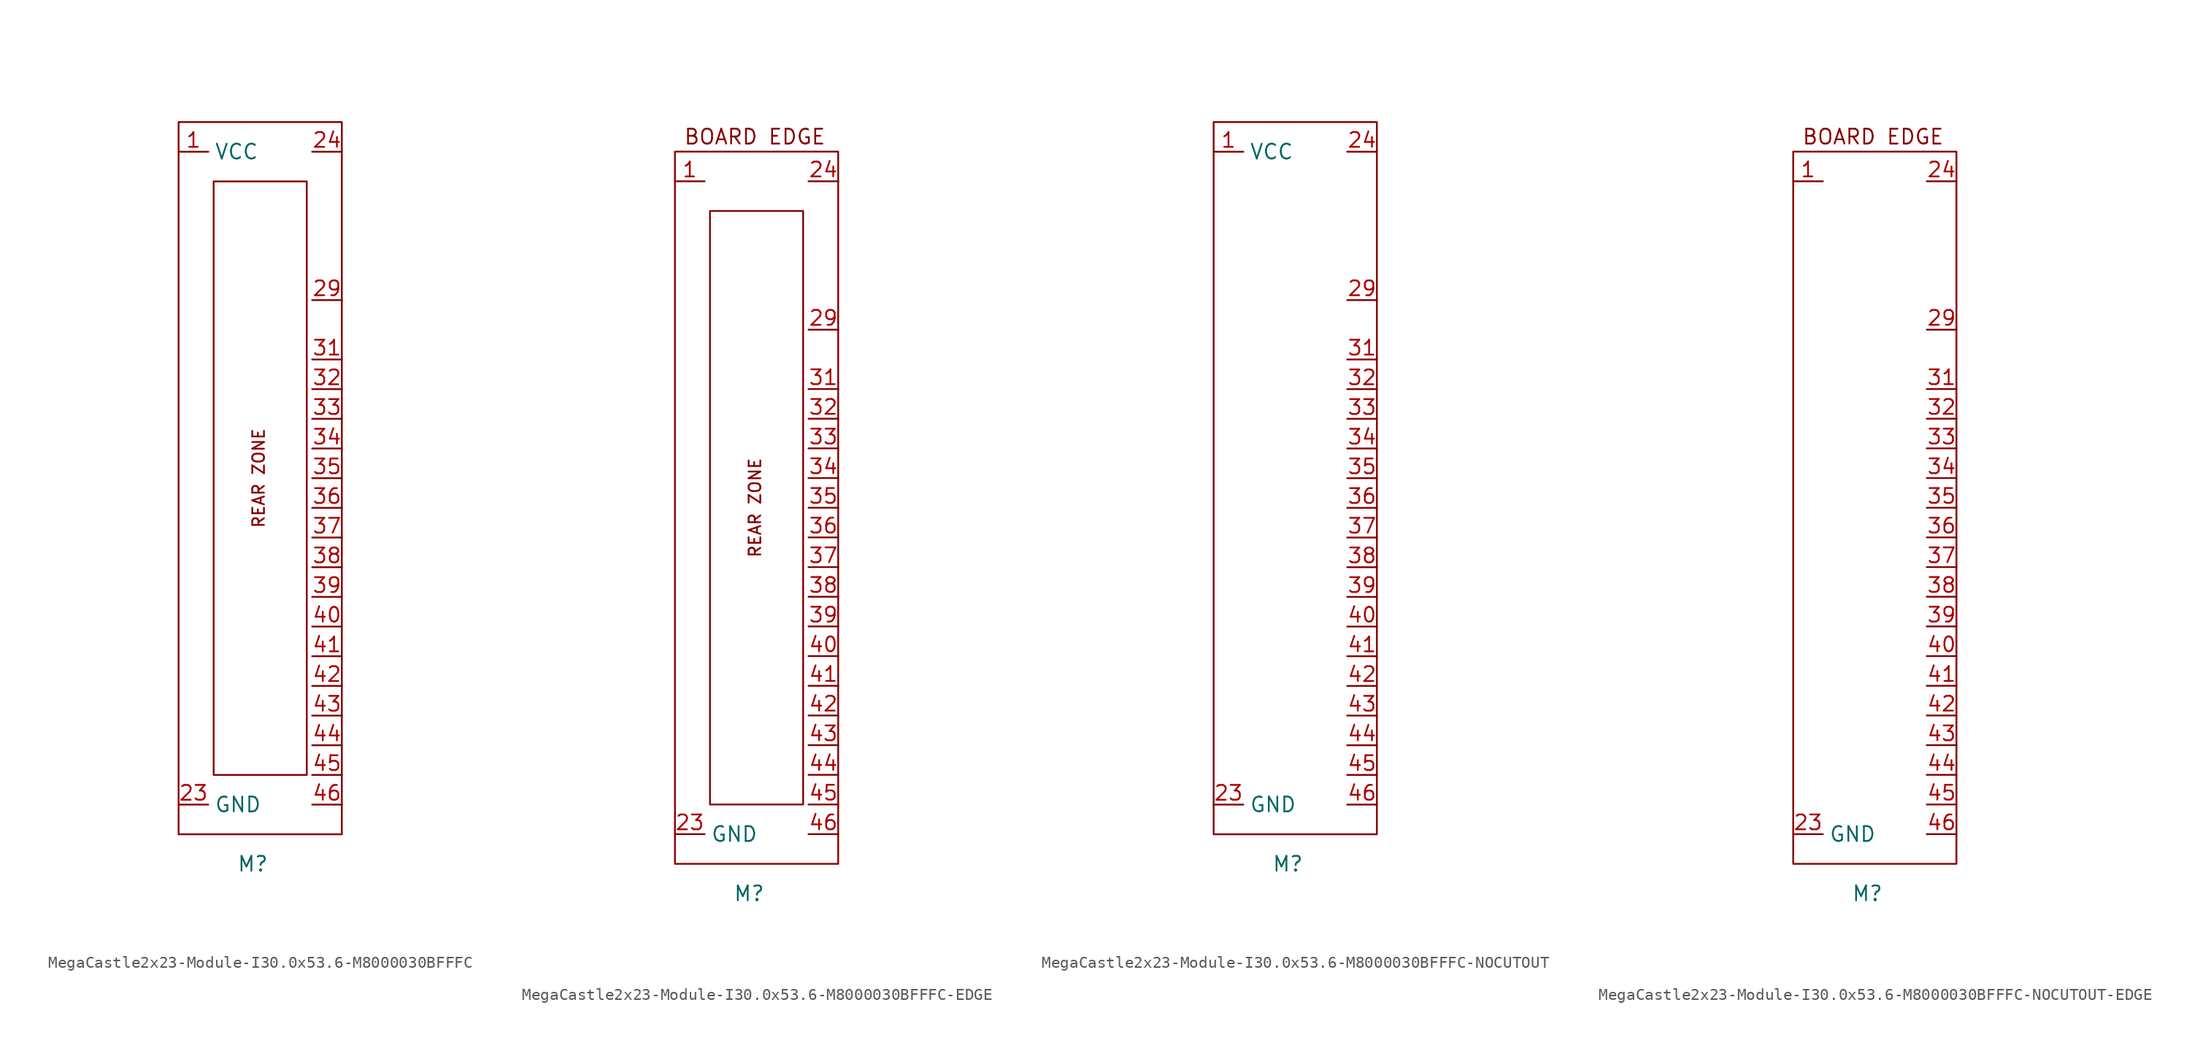
<source format=kicad_sym>
(kicad_symbol_lib
  (version 20231120)
  (generator "kicad_symbol_editor")
  (generator_version "8.0")
  (symbol "MegaCastle2x23-Module-I30.0x53.6-M8000030BFFFC"
    (property "Reference" "M"
      (at 0 -33.02 0)
      (effects (font (size 1.27 1.27))))
    (property "Value" ""
      (at 0 5.08 0)
      (effects (font (size 1.27 1.27))))
    (symbol "MegaCastle2x23-Module-I30.0x53.6-M8000030BFFFC_0_1"
      (rectangle (start -6.35 30.48) (end 7.62 -30.48) (stroke (width 0) (type default)) (fill (type none)))
      (rectangle (start -3.35 25.4) (end 4.62 -25.4) (stroke (width 0) (type default)) (fill (type none))))
    (symbol "MegaCastle2x23-Module-I30.0x53.6-M8000030BFFFC_1_1"
      (text "REAR ZONE" (at 0.5 0 900) (effects (font (size 1 1))))
      (pin bidirectional line (at -6.35 27.94 0) (length 2.54) (name "VCC" (effects (font (size 1.27 1.27)))) (number "1" (effects (font (size 1.27 1.27)))))
      (pin bidirectional line (at -6.35 -27.94 0) (length 2.54) (name "GND" (effects (font (size 1.27 1.27)))) (number "23" (effects (font (size 1.27 1.27)))))
      (pin bidirectional line (at 7.62 27.94 180) (length 2.54) (name "" (effects (font (size 1.27 1.27)))) (number "24" (effects (font (size 1.27 1.27)))))
      (pin bidirectional line (at 7.62 15.24 180) (length 2.54) (name "" (effects (font (size 1.27 1.27)))) (number "29" (effects (font (size 1.27 1.27)))))
      (pin bidirectional line (at 7.62 10.16 180) (length 2.54) (name "" (effects (font (size 1.27 1.27)))) (number "31" (effects (font (size 1.27 1.27)))))
      (pin bidirectional line (at 7.62 7.62 180) (length 2.54) (name "" (effects (font (size 1.27 1.27)))) (number "32" (effects (font (size 1.27 1.27)))))
      (pin bidirectional line (at 7.62 5.08 180) (length 2.54) (name "" (effects (font (size 1.27 1.27)))) (number "33" (effects (font (size 1.27 1.27)))))
      (pin bidirectional line (at 7.62 2.54 180) (length 2.54) (name "" (effects (font (size 1.27 1.27)))) (number "34" (effects (font (size 1.27 1.27)))))
      (pin bidirectional line (at 7.62 0 180) (length 2.54) (name "" (effects (font (size 1.27 1.27)))) (number "35" (effects (font (size 1.27 1.27)))))
      (pin bidirectional line (at 7.62 -2.54 180) (length 2.54) (name "" (effects (font (size 1.27 1.27)))) (number "36" (effects (font (size 1.27 1.27)))))
      (pin bidirectional line (at 7.62 -5.08 180) (length 2.54) (name "" (effects (font (size 1.27 1.27)))) (number "37" (effects (font (size 1.27 1.27)))))
      (pin bidirectional line (at 7.62 -7.62 180) (length 2.54) (name "" (effects (font (size 1.27 1.27)))) (number "38" (effects (font (size 1.27 1.27)))))
      (pin bidirectional line (at 7.62 -10.16 180) (length 2.54) (name "" (effects (font (size 1.27 1.27)))) (number "39" (effects (font (size 1.27 1.27)))))
      (pin bidirectional line (at 7.62 -12.7 180) (length 2.54) (name "" (effects (font (size 1.27 1.27)))) (number "40" (effects (font (size 1.27 1.27)))))
      (pin bidirectional line (at 7.62 -15.24 180) (length 2.54) (name "" (effects (font (size 1.27 1.27)))) (number "41" (effects (font (size 1.27 1.27)))))
      (pin bidirectional line (at 7.62 -17.78 180) (length 2.54) (name "" (effects (font (size 1.27 1.27)))) (number "42" (effects (font (size 1.27 1.27)))))
      (pin bidirectional line (at 7.62 -20.32 180) (length 2.54) (name "" (effects (font (size 1.27 1.27)))) (number "43" (effects (font (size 1.27 1.27)))))
      (pin bidirectional line (at 7.62 -22.86 180) (length 2.54) (name "" (effects (font (size 1.27 1.27)))) (number "44" (effects (font (size 1.27 1.27)))))
      (pin bidirectional line (at 7.62 -25.4 180) (length 2.54) (name "" (effects (font (size 1.27 1.27)))) (number "45" (effects (font (size 1.27 1.27)))))
      (pin bidirectional line (at 7.62 -27.94 180) (length 2.54) (name "" (effects (font (size 1.27 1.27)))) (number "46" (effects (font (size 1.27 1.27)))))))
  (symbol "MegaCastle2x23-Module-I30.0x53.6-M8000030BFFFC-EDGE"
    (property "Reference" "M"
      (at 0 -33.02 0)
      (effects (font (size 1.27 1.27))))
    (property "Value" ""
      (at 0 5.08 0)
      (effects (font (size 1.27 1.27))))
    (symbol "MegaCastle2x23-Module-I30.0x53.6-M8000030BFFFC-EDGE_0_1"
      (rectangle (start -6.35 30.48) (end 7.62 -30.48) (stroke (width 0) (type default)) (fill (type none)))
      (rectangle (start -3.35 25.4) (end 4.62 -25.4) (stroke (width 0) (type default)) (fill (type none))))
    (symbol "MegaCastle2x23-Module-I30.0x53.6-M8000030BFFFC-EDGE_1_1"
      (text " BOARD EDGE" (at 0 31.75 0) (effects (font (size 1.27 1.27))))
      (text "REAR ZONE" (at 0.5 0 900) (effects (font (size 1 1))))
      (pin bidirectional line (at -6.35 27.94 0) (length 2.54) (name "" (effects (font (size 1.27 1.27)))) (number "1" (effects (font (size 1.27 1.27)))))
      (pin bidirectional line (at -6.35 -27.94 0) (length 2.54) (name "GND" (effects (font (size 1.27 1.27)))) (number "23" (effects (font (size 1.27 1.27)))))
      (pin bidirectional line (at 7.62 27.94 180) (length 2.54) (name "" (effects (font (size 1.27 1.27)))) (number "24" (effects (font (size 1.27 1.27)))))
      (pin bidirectional line (at 7.62 15.24 180) (length 2.54) (name "" (effects (font (size 1.27 1.27)))) (number "29" (effects (font (size 1.27 1.27)))))
      (pin bidirectional line (at 7.62 10.16 180) (length 2.54) (name "" (effects (font (size 1.27 1.27)))) (number "31" (effects (font (size 1.27 1.27)))))
      (pin bidirectional line (at 7.62 7.62 180) (length 2.54) (name "" (effects (font (size 1.27 1.27)))) (number "32" (effects (font (size 1.27 1.27)))))
      (pin bidirectional line (at 7.62 5.08 180) (length 2.54) (name "" (effects (font (size 1.27 1.27)))) (number "33" (effects (font (size 1.27 1.27)))))
      (pin bidirectional line (at 7.62 2.54 180) (length 2.54) (name "" (effects (font (size 1.27 1.27)))) (number "34" (effects (font (size 1.27 1.27)))))
      (pin bidirectional line (at 7.62 0 180) (length 2.54) (name "" (effects (font (size 1.27 1.27)))) (number "35" (effects (font (size 1.27 1.27)))))
      (pin bidirectional line (at 7.62 -2.54 180) (length 2.54) (name "" (effects (font (size 1.27 1.27)))) (number "36" (effects (font (size 1.27 1.27)))))
      (pin bidirectional line (at 7.62 -5.08 180) (length 2.54) (name "" (effects (font (size 1.27 1.27)))) (number "37" (effects (font (size 1.27 1.27)))))
      (pin bidirectional line (at 7.62 -7.62 180) (length 2.54) (name "" (effects (font (size 1.27 1.27)))) (number "38" (effects (font (size 1.27 1.27)))))
      (pin bidirectional line (at 7.62 -10.16 180) (length 2.54) (name "" (effects (font (size 1.27 1.27)))) (number "39" (effects (font (size 1.27 1.27)))))
      (pin bidirectional line (at 7.62 -12.7 180) (length 2.54) (name "" (effects (font (size 1.27 1.27)))) (number "40" (effects (font (size 1.27 1.27)))))
      (pin bidirectional line (at 7.62 -15.24 180) (length 2.54) (name "" (effects (font (size 1.27 1.27)))) (number "41" (effects (font (size 1.27 1.27)))))
      (pin bidirectional line (at 7.62 -17.78 180) (length 2.54) (name "" (effects (font (size 1.27 1.27)))) (number "42" (effects (font (size 1.27 1.27)))))
      (pin bidirectional line (at 7.62 -20.32 180) (length 2.54) (name "" (effects (font (size 1.27 1.27)))) (number "43" (effects (font (size 1.27 1.27)))))
      (pin bidirectional line (at 7.62 -22.86 180) (length 2.54) (name "" (effects (font (size 1.27 1.27)))) (number "44" (effects (font (size 1.27 1.27)))))
      (pin bidirectional line (at 7.62 -25.4 180) (length 2.54) (name "" (effects (font (size 1.27 1.27)))) (number "45" (effects (font (size 1.27 1.27)))))
      (pin bidirectional line (at 7.62 -27.94 180) (length 2.54) (name "" (effects (font (size 1.27 1.27)))) (number "46" (effects (font (size 1.27 1.27)))))))
  (symbol "MegaCastle2x23-Module-I30.0x53.6-M8000030BFFFC-NOCUTOUT"
    (property "Reference" "M"
      (at 0 -33.02 0)
      (effects (font (size 1.27 1.27))))
    (property "Value" ""
      (at 0 5.08 0)
      (effects (font (size 1.27 1.27))))
    (symbol "MegaCastle2x23-Module-I30.0x53.6-M8000030BFFFC-NOCUTOUT_0_1"
      (rectangle (start -6.35 30.48) (end 7.62 -30.48) (stroke (width 0) (type default)) (fill (type none))))
    (symbol "MegaCastle2x23-Module-I30.0x53.6-M8000030BFFFC-NOCUTOUT_1_1"
      (pin bidirectional line (at -6.35 27.94 0) (length 2.54) (name "VCC" (effects (font (size 1.27 1.27)))) (number "1" (effects (font (size 1.27 1.27)))))
      (pin bidirectional line (at -6.35 -27.94 0) (length 2.54) (name "GND" (effects (font (size 1.27 1.27)))) (number "23" (effects (font (size 1.27 1.27)))))
      (pin bidirectional line (at 7.62 27.94 180) (length 2.54) (name "" (effects (font (size 1.27 1.27)))) (number "24" (effects (font (size 1.27 1.27)))))
      (pin bidirectional line (at 7.62 15.24 180) (length 2.54) (name "" (effects (font (size 1.27 1.27)))) (number "29" (effects (font (size 1.27 1.27)))))
      (pin bidirectional line (at 7.62 10.16 180) (length 2.54) (name "" (effects (font (size 1.27 1.27)))) (number "31" (effects (font (size 1.27 1.27)))))
      (pin bidirectional line (at 7.62 7.62 180) (length 2.54) (name "" (effects (font (size 1.27 1.27)))) (number "32" (effects (font (size 1.27 1.27)))))
      (pin bidirectional line (at 7.62 5.08 180) (length 2.54) (name "" (effects (font (size 1.27 1.27)))) (number "33" (effects (font (size 1.27 1.27)))))
      (pin bidirectional line (at 7.62 2.54 180) (length 2.54) (name "" (effects (font (size 1.27 1.27)))) (number "34" (effects (font (size 1.27 1.27)))))
      (pin bidirectional line (at 7.62 0 180) (length 2.54) (name "" (effects (font (size 1.27 1.27)))) (number "35" (effects (font (size 1.27 1.27)))))
      (pin bidirectional line (at 7.62 -2.54 180) (length 2.54) (name "" (effects (font (size 1.27 1.27)))) (number "36" (effects (font (size 1.27 1.27)))))
      (pin bidirectional line (at 7.62 -5.08 180) (length 2.54) (name "" (effects (font (size 1.27 1.27)))) (number "37" (effects (font (size 1.27 1.27)))))
      (pin bidirectional line (at 7.62 -7.62 180) (length 2.54) (name "" (effects (font (size 1.27 1.27)))) (number "38" (effects (font (size 1.27 1.27)))))
      (pin bidirectional line (at 7.62 -10.16 180) (length 2.54) (name "" (effects (font (size 1.27 1.27)))) (number "39" (effects (font (size 1.27 1.27)))))
      (pin bidirectional line (at 7.62 -12.7 180) (length 2.54) (name "" (effects (font (size 1.27 1.27)))) (number "40" (effects (font (size 1.27 1.27)))))
      (pin bidirectional line (at 7.62 -15.24 180) (length 2.54) (name "" (effects (font (size 1.27 1.27)))) (number "41" (effects (font (size 1.27 1.27)))))
      (pin bidirectional line (at 7.62 -17.78 180) (length 2.54) (name "" (effects (font (size 1.27 1.27)))) (number "42" (effects (font (size 1.27 1.27)))))
      (pin bidirectional line (at 7.62 -20.32 180) (length 2.54) (name "" (effects (font (size 1.27 1.27)))) (number "43" (effects (font (size 1.27 1.27)))))
      (pin bidirectional line (at 7.62 -22.86 180) (length 2.54) (name "" (effects (font (size 1.27 1.27)))) (number "44" (effects (font (size 1.27 1.27)))))
      (pin bidirectional line (at 7.62 -25.4 180) (length 2.54) (name "" (effects (font (size 1.27 1.27)))) (number "45" (effects (font (size 1.27 1.27)))))
      (pin bidirectional line (at 7.62 -27.94 180) (length 2.54) (name "" (effects (font (size 1.27 1.27)))) (number "46" (effects (font (size 1.27 1.27)))))))
  (symbol "MegaCastle2x23-Module-I30.0x53.6-M8000030BFFFC-NOCUTOUT-EDGE"
    (property "Reference" "M"
      (at 0 -33.02 0)
      (effects (font (size 1.27 1.27))))
    (property "Value" ""
      (at 0 5.08 0)
      (effects (font (size 1.27 1.27))))
    (symbol "MegaCastle2x23-Module-I30.0x53.6-M8000030BFFFC-NOCUTOUT-EDGE_0_1"
      (rectangle (start -6.35 30.48) (end 7.62 -30.48) (stroke (width 0) (type default)) (fill (type none))))
    (symbol "MegaCastle2x23-Module-I30.0x53.6-M8000030BFFFC-NOCUTOUT-EDGE_1_1"
      (text " BOARD EDGE" (at 0 31.75 0) (effects (font (size 1.27 1.27))))
      (pin bidirectional line (at -6.35 27.94 0) (length 2.54) (name "" (effects (font (size 1.27 1.27)))) (number "1" (effects (font (size 1.27 1.27)))))
      (pin bidirectional line (at -6.35 -27.94 0) (length 2.54) (name "GND" (effects (font (size 1.27 1.27)))) (number "23" (effects (font (size 1.27 1.27)))))
      (pin bidirectional line (at 7.62 27.94 180) (length 2.54) (name "" (effects (font (size 1.27 1.27)))) (number "24" (effects (font (size 1.27 1.27)))))
      (pin bidirectional line (at 7.62 15.24 180) (length 2.54) (name "" (effects (font (size 1.27 1.27)))) (number "29" (effects (font (size 1.27 1.27)))))
      (pin bidirectional line (at 7.62 10.16 180) (length 2.54) (name "" (effects (font (size 1.27 1.27)))) (number "31" (effects (font (size 1.27 1.27)))))
      (pin bidirectional line (at 7.62 7.62 180) (length 2.54) (name "" (effects (font (size 1.27 1.27)))) (number "32" (effects (font (size 1.27 1.27)))))
      (pin bidirectional line (at 7.62 5.08 180) (length 2.54) (name "" (effects (font (size 1.27 1.27)))) (number "33" (effects (font (size 1.27 1.27)))))
      (pin bidirectional line (at 7.62 2.54 180) (length 2.54) (name "" (effects (font (size 1.27 1.27)))) (number "34" (effects (font (size 1.27 1.27)))))
      (pin bidirectional line (at 7.62 0 180) (length 2.54) (name "" (effects (font (size 1.27 1.27)))) (number "35" (effects (font (size 1.27 1.27)))))
      (pin bidirectional line (at 7.62 -2.54 180) (length 2.54) (name "" (effects (font (size 1.27 1.27)))) (number "36" (effects (font (size 1.27 1.27)))))
      (pin bidirectional line (at 7.62 -5.08 180) (length 2.54) (name "" (effects (font (size 1.27 1.27)))) (number "37" (effects (font (size 1.27 1.27)))))
      (pin bidirectional line (at 7.62 -7.62 180) (length 2.54) (name "" (effects (font (size 1.27 1.27)))) (number "38" (effects (font (size 1.27 1.27)))))
      (pin bidirectional line (at 7.62 -10.16 180) (length 2.54) (name "" (effects (font (size 1.27 1.27)))) (number "39" (effects (font (size 1.27 1.27)))))
      (pin bidirectional line (at 7.62 -12.7 180) (length 2.54) (name "" (effects (font (size 1.27 1.27)))) (number "40" (effects (font (size 1.27 1.27)))))
      (pin bidirectional line (at 7.62 -15.24 180) (length 2.54) (name "" (effects (font (size 1.27 1.27)))) (number "41" (effects (font (size 1.27 1.27)))))
      (pin bidirectional line (at 7.62 -17.78 180) (length 2.54) (name "" (effects (font (size 1.27 1.27)))) (number "42" (effects (font (size 1.27 1.27)))))
      (pin bidirectional line (at 7.62 -20.32 180) (length 2.54) (name "" (effects (font (size 1.27 1.27)))) (number "43" (effects (font (size 1.27 1.27)))))
      (pin bidirectional line (at 7.62 -22.86 180) (length 2.54) (name "" (effects (font (size 1.27 1.27)))) (number "44" (effects (font (size 1.27 1.27)))))
      (pin bidirectional line (at 7.62 -25.4 180) (length 2.54) (name "" (effects (font (size 1.27 1.27)))) (number "45" (effects (font (size 1.27 1.27)))))
      (pin bidirectional line (at 7.62 -27.94 180) (length 2.54) (name "" (effects (font (size 1.27 1.27)))) (number "46" (effects (font (size 1.27 1.27))))))))
</source>
